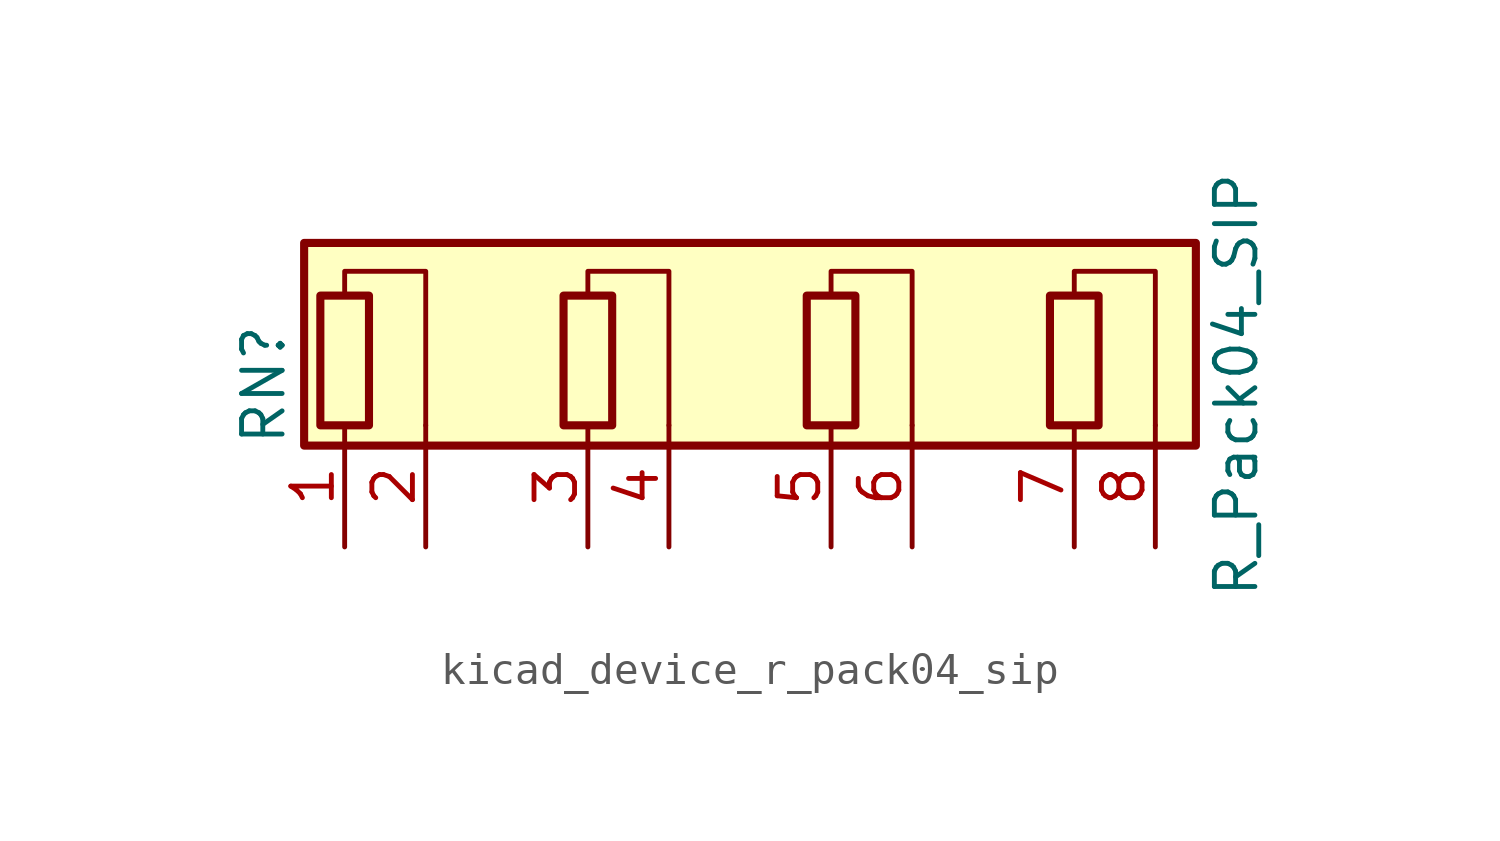
<source format=kicad_sym>
(kicad_symbol_lib
  (version 20220914)
  (generator kicad_symbol_editor)
  (symbol "kicad_device_r_pack04_sip"
    (pin_names
      (offset 0) hide)
    (property "Reference" "RN"
      (at -15.24 0 90)
      (effects (font (size 1.27 1.27))))
    (property "Value" "R_Pack04_SIP"
      (at 15.24 0 90)
      (effects (font (size 1.27 1.27))))
    (symbol "kicad_device_r_pack04_sip_0_1"
      (rectangle (start -13.97 -1.905) (end 13.97 4.445) (stroke (width 0.254) (type default)) (fill (type background)))
      (rectangle (start -13.462 2.794) (end -11.938 -1.27) (stroke (width 0.254) (type default)) (fill (type none)))
      (rectangle (start -5.842 2.794) (end -4.318 -1.27) (stroke (width 0.254) (type default)) (fill (type none)))
      (polyline (pts (xy -12.7 2.794) (xy -12.7 3.556) (xy -10.16 3.556) (xy -10.16 -1.27)) (stroke (width 0) (type default)) (fill (type none)))
      (polyline (pts (xy -5.08 2.794) (xy -5.08 3.556) (xy -2.54 3.556) (xy -2.54 -1.27)) (stroke (width 0) (type default)) (fill (type none)))
      (polyline (pts (xy 2.54 2.794) (xy 2.54 3.556) (xy 5.08 3.556) (xy 5.08 -1.27)) (stroke (width 0) (type default)) (fill (type none)))
      (polyline (pts (xy 10.16 2.794) (xy 10.16 3.556) (xy 12.7 3.556) (xy 12.7 -1.27)) (stroke (width 0) (type default)) (fill (type none)))
      (rectangle (start 1.778 2.794) (end 3.302 -1.27) (stroke (width 0.254) (type default)) (fill (type none)))
      (rectangle (start 9.398 2.794) (end 10.922 -1.27) (stroke (width 0.254) (type default)) (fill (type none))))
    (symbol "kicad_device_r_pack04_sip_1_1"
      (pin passive line (at -12.7 -5.08 90) (length 3.81) (name "R1.1" (effects (font (size 1.27 1.27)))) (number "1" (effects (font (size 1.27 1.27)))))
      (pin passive line (at -10.16 -5.08 90) (length 3.81) (name "R1.2" (effects (font (size 1.27 1.27)))) (number "2" (effects (font (size 1.27 1.27)))))
      (pin passive line (at -5.08 -5.08 90) (length 3.81) (name "R2.1" (effects (font (size 1.27 1.27)))) (number "3" (effects (font (size 1.27 1.27)))))
      (pin passive line (at -2.54 -5.08 90) (length 3.81) (name "R2.2" (effects (font (size 1.27 1.27)))) (number "4" (effects (font (size 1.27 1.27)))))
      (pin passive line (at 2.54 -5.08 90) (length 3.81) (name "R3.1" (effects (font (size 1.27 1.27)))) (number "5" (effects (font (size 1.27 1.27)))))
      (pin passive line (at 5.08 -5.08 90) (length 3.81) (name "R3.2" (effects (font (size 1.27 1.27)))) (number "6" (effects (font (size 1.27 1.27)))))
      (pin passive line (at 10.16 -5.08 90) (length 3.81) (name "R4.1" (effects (font (size 1.27 1.27)))) (number "7" (effects (font (size 1.27 1.27)))))
      (pin passive line (at 12.7 -5.08 90) (length 3.81) (name "R4.2" (effects (font (size 1.27 1.27)))) (number "8" (effects (font (size 1.27 1.27))))))))
</source>
